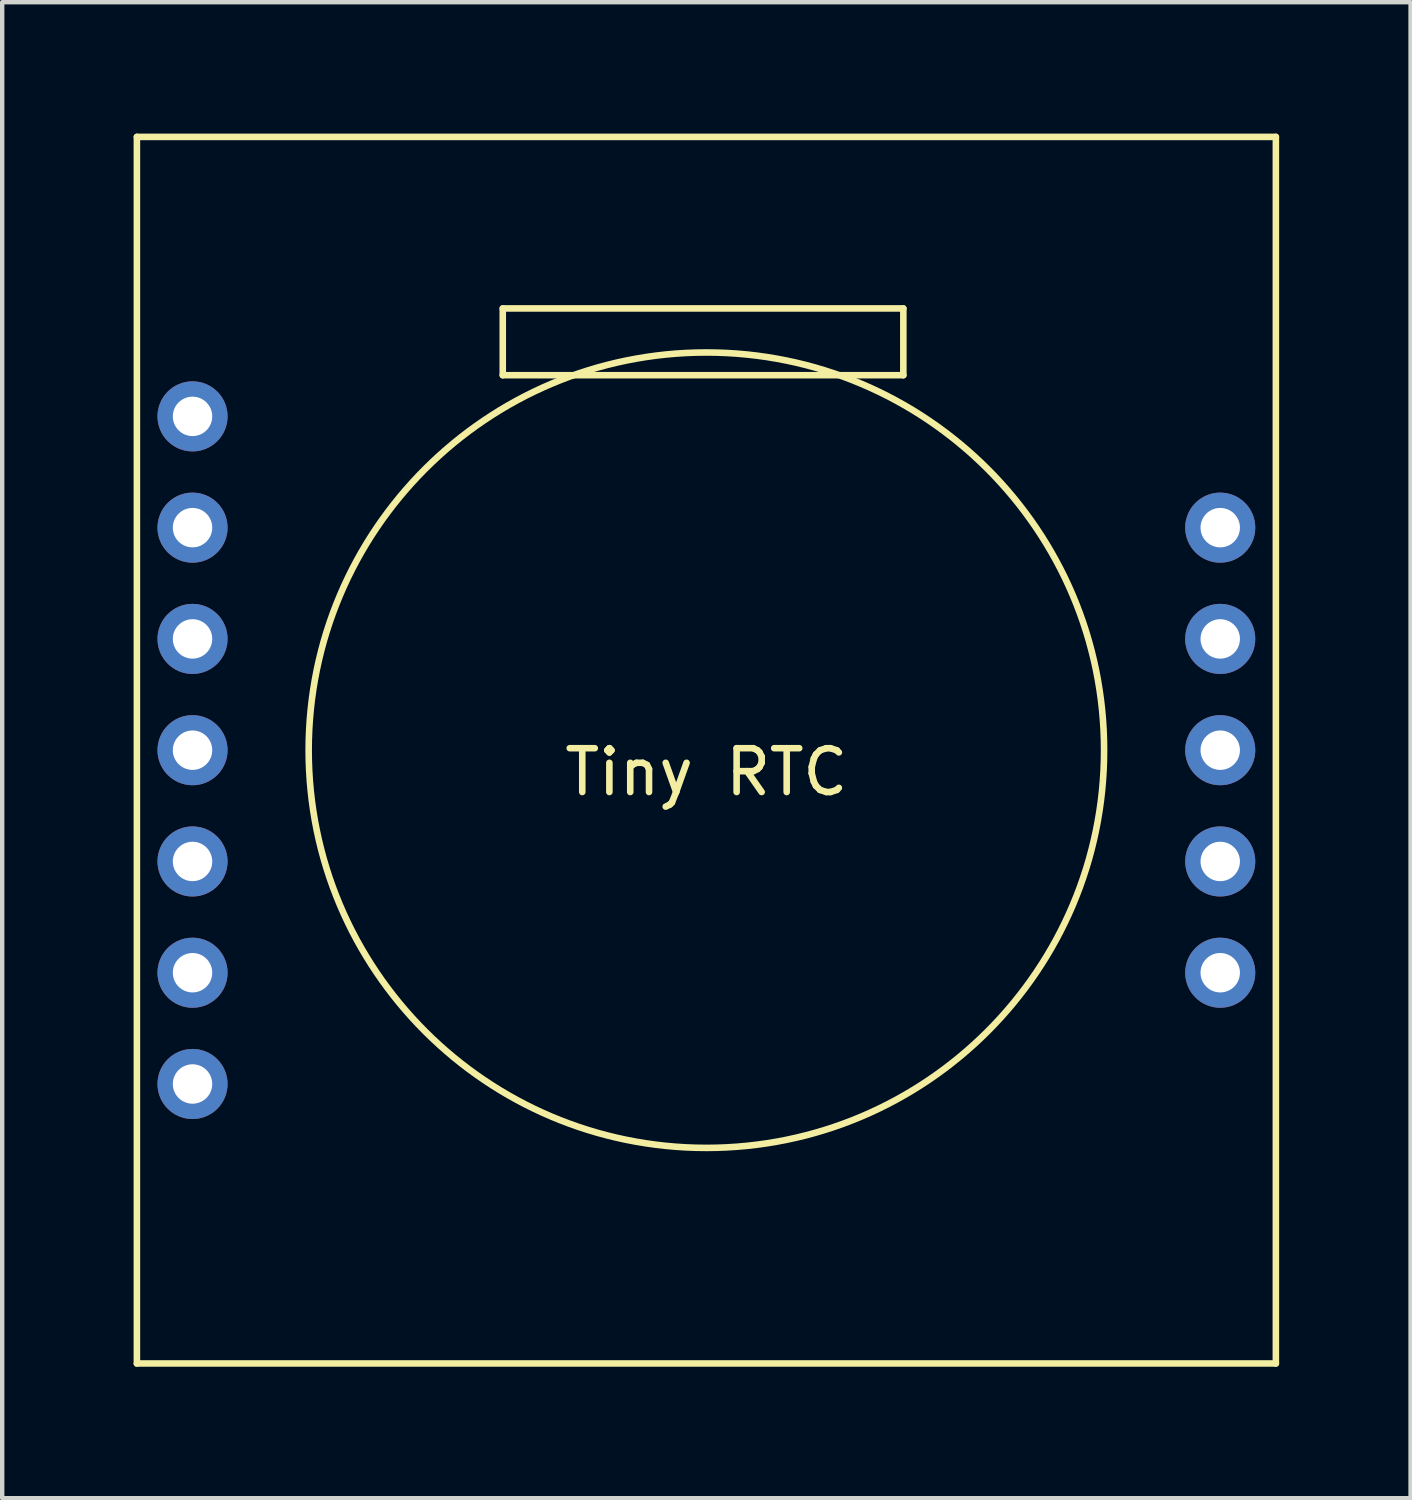
<source format=kicad_pcb>
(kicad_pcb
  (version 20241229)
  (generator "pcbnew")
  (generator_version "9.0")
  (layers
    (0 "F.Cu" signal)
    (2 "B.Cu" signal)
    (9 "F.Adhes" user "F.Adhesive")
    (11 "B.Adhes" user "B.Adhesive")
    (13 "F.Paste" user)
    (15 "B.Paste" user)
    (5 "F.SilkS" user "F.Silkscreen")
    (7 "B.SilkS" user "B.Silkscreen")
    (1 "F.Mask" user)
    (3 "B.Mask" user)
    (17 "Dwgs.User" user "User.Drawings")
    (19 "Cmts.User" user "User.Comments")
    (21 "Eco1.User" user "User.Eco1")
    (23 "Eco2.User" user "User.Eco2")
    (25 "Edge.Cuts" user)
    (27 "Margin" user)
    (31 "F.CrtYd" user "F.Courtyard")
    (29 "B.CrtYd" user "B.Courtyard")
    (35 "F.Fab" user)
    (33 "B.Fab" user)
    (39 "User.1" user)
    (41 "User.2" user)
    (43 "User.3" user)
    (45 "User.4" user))
  (footprint "Tiny RTC"
    (layer "F.Cu")
    (at 13.075 14.075)
    (property "Reference" "Tiny RTC" (at 0 0.5 0) (layer "F.SilkS") (effects (font (size 1 1) (thickness 0.15))))
    (attr through_hole)
    (fp_line (start -13 -14) (end -13 14) (stroke (width 0.15) (type solid)) (layer "F.SilkS"))
    (fp_line (start -13 -14) (end 13 -14) (stroke (width 0.15) (type solid)) (layer "F.SilkS"))
    (fp_line (start -13 14) (end 13 14) (stroke (width 0.15) (type solid)) (layer "F.SilkS"))
    (fp_line (start -4.648 -10.084) (end -4.648 -8.56) (stroke (width 0.15) (type solid)) (layer "F.SilkS"))
    (fp_line (start -4.648 -8.56) (end 4.496 -8.56) (stroke (width 0.15) (type solid)) (layer "F.SilkS"))
    (fp_line (start 4.496 -10.084) (end -4.648 -10.084) (stroke (width 0.15) (type solid)) (layer "F.SilkS"))
    (fp_line (start 4.496 -8.56) (end 4.496 -10.084) (stroke (width 0.15) (type solid)) (layer "F.SilkS"))
    (fp_line (start 13 14) (end 13 -14) (stroke (width 0.15) (type solid)) (layer "F.SilkS"))
    (fp_circle (center 0 0) (end -7.214 -5.512) (stroke (width 0.15) (type solid)) (fill no) (layer "F.SilkS"))
    (pad "1" thru_hole circle (at -11.73 -7.62) (size 1.6 1.6) (drill 0.9) (layers "*.Cu" "*.Mask"))
    (pad "2" thru_hole circle (at -11.73 -5.08) (size 1.6 1.6) (drill 0.9) (layers "*.Cu" "*.Mask"))
    (pad "3" thru_hole circle (at -11.73 -2.54) (size 1.6 1.6) (drill 0.9) (layers "*.Cu" "*.Mask"))
    (pad "4" thru_hole circle (at -11.73 0) (size 1.6 1.6) (drill 0.9) (layers "*.Cu" "*.Mask"))
    (pad "5" thru_hole circle (at -11.73 2.54) (size 1.6 1.6) (drill 0.9) (layers "*.Cu" "*.Mask"))
    (pad "6" thru_hole circle (at -11.73 5.08) (size 1.6 1.6) (drill 0.9) (layers "*.Cu" "*.Mask"))
    (pad "7" thru_hole circle (at -11.73 7.62) (size 1.6 1.6) (drill 0.9) (layers "*.Cu" "*.Mask"))
    (pad "8" thru_hole circle (at 11.73 5.08) (size 1.6 1.6) (drill 0.9) (layers "*.Cu" "*.Mask"))
    (pad "9" thru_hole circle (at 11.73 2.54) (size 1.6 1.6) (drill 0.9) (layers "*.Cu" "*.Mask"))
    (pad "10" thru_hole circle (at 11.73 0) (size 1.6 1.6) (drill 0.9) (layers "*.Cu" "*.Mask"))
    (pad "11" thru_hole circle (at 11.73 -2.54) (size 1.6 1.6) (drill 0.9) (layers "*.Cu" "*.Mask"))
    (pad "12" thru_hole circle (at 11.73 -5.08) (size 1.6 1.6) (drill 0.9) (layers "*.Cu" "*.Mask")))
  (gr_rect
    (start -3 -3)
    (end 29.15 31.15)
    (stroke (width 0.1) (type default))
    (fill no)
    (layer "Edge.Cuts")))
</source>
